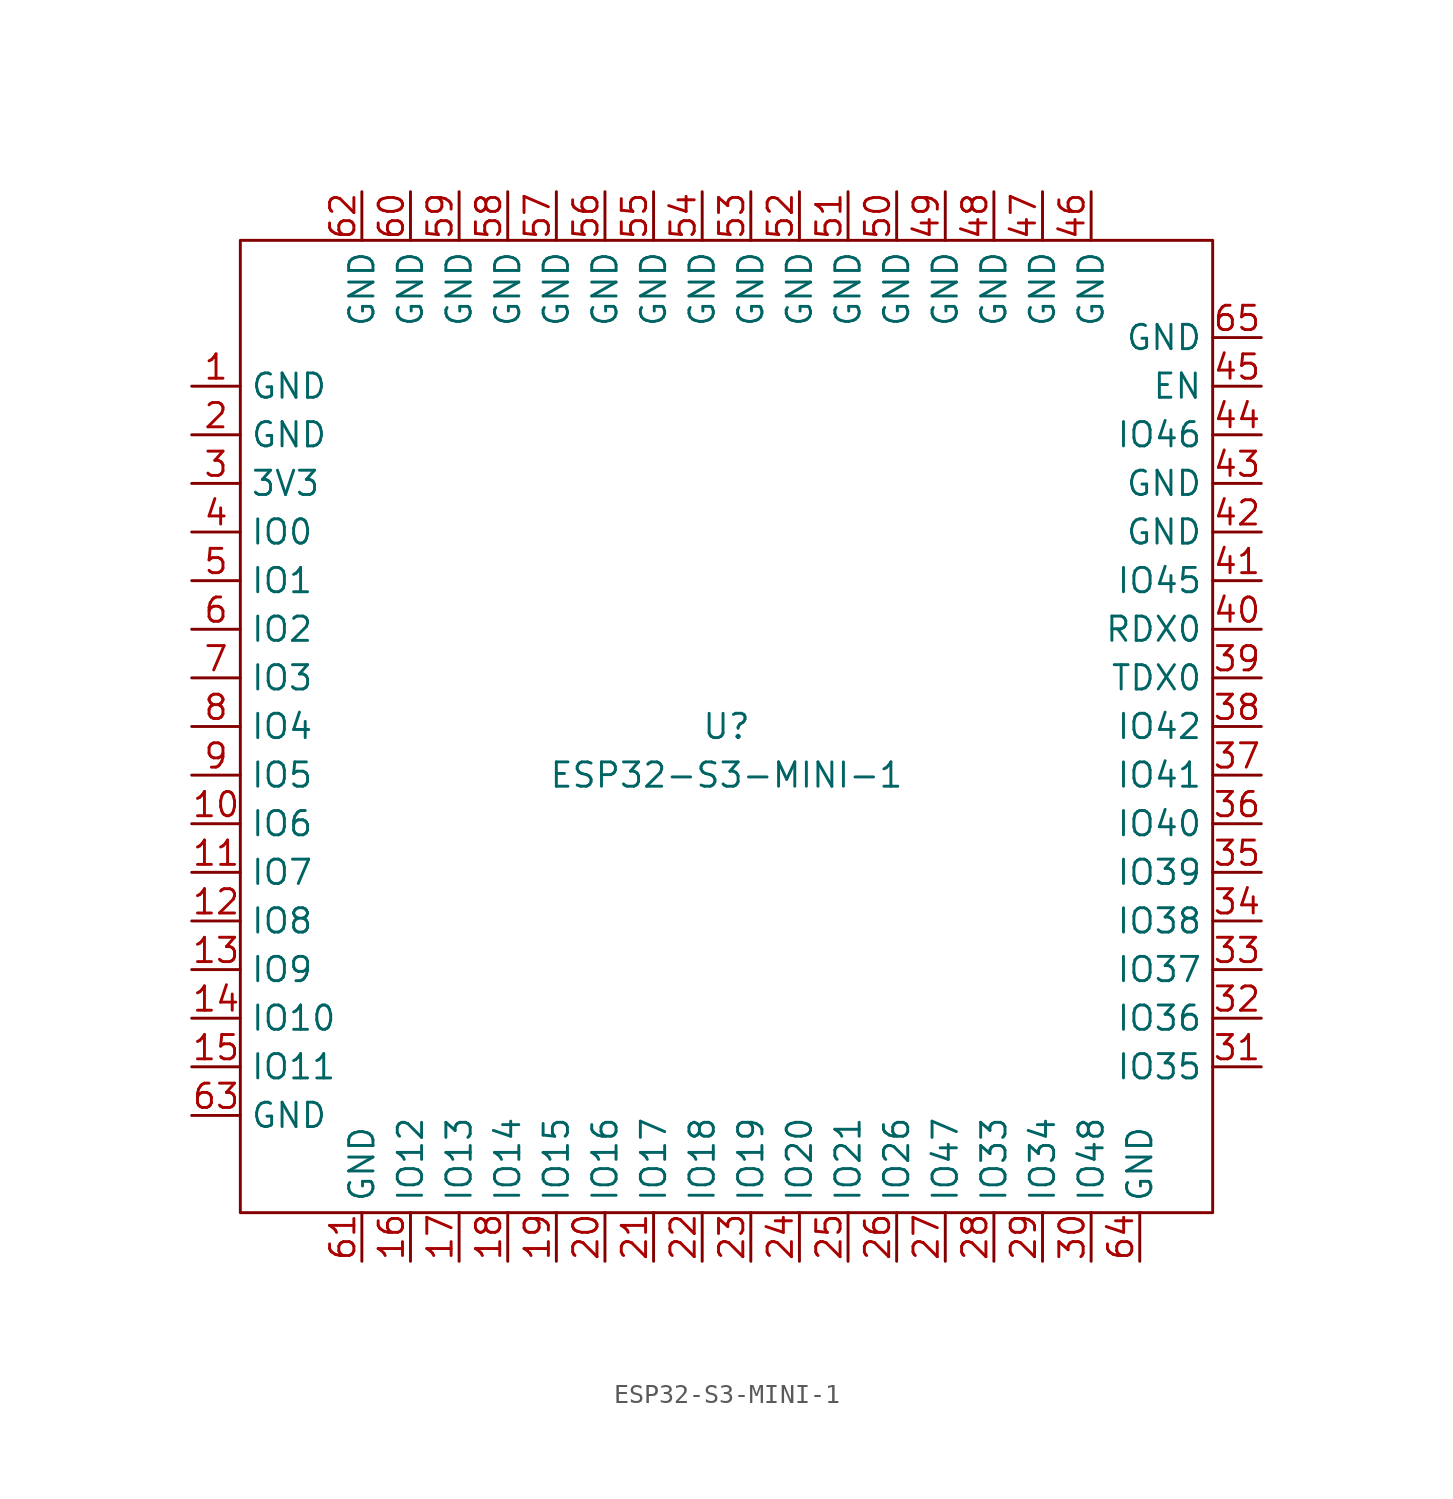
<source format=kicad_sym>
(kicad_symbol_lib
  (version 20231120)
  (generator "kicad_symbol_editor")
  (generator_version "8.0")
  (symbol "ESP32-S3-MINI-1"
    (property "Reference" "U"
      (at 0 0 0)
      (effects (font (size 1.27 1.27))))
    (property "Value" "ESP32-S3-MINI-1"
      (at 0 -2.54 0)
      (effects (font (size 1.27 1.27))))
    (symbol "ESP32-S3-MINI-1_0_1"
      (rectangle (start -25.4 25.4) (end 25.4 -25.4) (stroke (width 0) (type default)) (fill (type none))))
    (symbol "ESP32-S3-MINI-1_1_1"
      (pin power_in line (at -27.94 17.78 0) (length 2.54) (name "GND" (effects (font (size 1.27 1.27)))) (number "1" (effects (font (size 1.27 1.27)))))
      (pin bidirectional line (at -27.94 -5.08 0) (length 2.54) (name "IO6" (effects (font (size 1.27 1.27)))) (number "10" (effects (font (size 1.27 1.27)))))
      (pin bidirectional line (at -27.94 -7.62 0) (length 2.54) (name "IO7" (effects (font (size 1.27 1.27)))) (number "11" (effects (font (size 1.27 1.27)))))
      (pin bidirectional line (at -27.94 -10.16 0) (length 2.54) (name "IO8" (effects (font (size 1.27 1.27)))) (number "12" (effects (font (size 1.27 1.27)))))
      (pin bidirectional line (at -27.94 -12.7 0) (length 2.54) (name "IO9" (effects (font (size 1.27 1.27)))) (number "13" (effects (font (size 1.27 1.27)))))
      (pin bidirectional line (at -27.94 -15.24 0) (length 2.54) (name "IO10" (effects (font (size 1.27 1.27)))) (number "14" (effects (font (size 1.27 1.27)))))
      (pin bidirectional line (at -27.94 -17.78 0) (length 2.54) (name "IO11" (effects (font (size 1.27 1.27)))) (number "15" (effects (font (size 1.27 1.27)))))
      (pin bidirectional line (at -16.51 -27.94 90) (length 2.54) (name "IO12" (effects (font (size 1.27 1.27)))) (number "16" (effects (font (size 1.27 1.27)))))
      (pin bidirectional line (at -13.97 -27.94 90) (length 2.54) (name "IO13" (effects (font (size 1.27 1.27)))) (number "17" (effects (font (size 1.27 1.27)))))
      (pin bidirectional line (at -11.43 -27.94 90) (length 2.54) (name "IO14" (effects (font (size 1.27 1.27)))) (number "18" (effects (font (size 1.27 1.27)))))
      (pin bidirectional line (at -8.89 -27.94 90) (length 2.54) (name "IO15" (effects (font (size 1.27 1.27)))) (number "19" (effects (font (size 1.27 1.27)))))
      (pin power_in line (at -27.94 15.24 0) (length 2.54) (name "GND" (effects (font (size 1.27 1.27)))) (number "2" (effects (font (size 1.27 1.27)))))
      (pin bidirectional line (at -6.35 -27.94 90) (length 2.54) (name "IO16" (effects (font (size 1.27 1.27)))) (number "20" (effects (font (size 1.27 1.27)))))
      (pin bidirectional line (at -3.81 -27.94 90) (length 2.54) (name "IO17" (effects (font (size 1.27 1.27)))) (number "21" (effects (font (size 1.27 1.27)))))
      (pin bidirectional line (at -1.27 -27.94 90) (length 2.54) (name "IO18" (effects (font (size 1.27 1.27)))) (number "22" (effects (font (size 1.27 1.27)))))
      (pin bidirectional line (at 1.27 -27.94 90) (length 2.54) (name "IO19" (effects (font (size 1.27 1.27)))) (number "23" (effects (font (size 1.27 1.27)))))
      (pin bidirectional line (at 3.81 -27.94 90) (length 2.54) (name "IO20" (effects (font (size 1.27 1.27)))) (number "24" (effects (font (size 1.27 1.27)))))
      (pin bidirectional line (at 6.35 -27.94 90) (length 2.54) (name "IO21" (effects (font (size 1.27 1.27)))) (number "25" (effects (font (size 1.27 1.27)))))
      (pin bidirectional line (at 8.89 -27.94 90) (length 2.54) (name "IO26" (effects (font (size 1.27 1.27)))) (number "26" (effects (font (size 1.27 1.27)))))
      (pin bidirectional line (at 11.43 -27.94 90) (length 2.54) (name "IO47" (effects (font (size 1.27 1.27)))) (number "27" (effects (font (size 1.27 1.27)))))
      (pin bidirectional line (at 13.97 -27.94 90) (length 2.54) (name "IO33" (effects (font (size 1.27 1.27)))) (number "28" (effects (font (size 1.27 1.27)))))
      (pin bidirectional line (at 16.51 -27.94 90) (length 2.54) (name "IO34" (effects (font (size 1.27 1.27)))) (number "29" (effects (font (size 1.27 1.27)))))
      (pin power_in line (at -27.94 12.7 0) (length 2.54) (name "3V3" (effects (font (size 1.27 1.27)))) (number "3" (effects (font (size 1.27 1.27)))))
      (pin bidirectional line (at 19.05 -27.94 90) (length 2.54) (name "IO48" (effects (font (size 1.27 1.27)))) (number "30" (effects (font (size 1.27 1.27)))))
      (pin bidirectional line (at 27.94 -17.78 180) (length 2.54) (name "IO35" (effects (font (size 1.27 1.27)))) (number "31" (effects (font (size 1.27 1.27)))))
      (pin bidirectional line (at 27.94 -15.24 180) (length 2.54) (name "IO36" (effects (font (size 1.27 1.27)))) (number "32" (effects (font (size 1.27 1.27)))))
      (pin bidirectional line (at 27.94 -12.7 180) (length 2.54) (name "IO37" (effects (font (size 1.27 1.27)))) (number "33" (effects (font (size 1.27 1.27)))))
      (pin bidirectional line (at 27.94 -10.16 180) (length 2.54) (name "IO38" (effects (font (size 1.27 1.27)))) (number "34" (effects (font (size 1.27 1.27)))))
      (pin bidirectional line (at 27.94 -7.62 180) (length 2.54) (name "IO39" (effects (font (size 1.27 1.27)))) (number "35" (effects (font (size 1.27 1.27)))))
      (pin bidirectional line (at 27.94 -5.08 180) (length 2.54) (name "IO40" (effects (font (size 1.27 1.27)))) (number "36" (effects (font (size 1.27 1.27)))))
      (pin bidirectional line (at 27.94 -2.54 180) (length 2.54) (name "IO41" (effects (font (size 1.27 1.27)))) (number "37" (effects (font (size 1.27 1.27)))))
      (pin bidirectional line (at 27.94 0 180) (length 2.54) (name "IO42" (effects (font (size 1.27 1.27)))) (number "38" (effects (font (size 1.27 1.27)))))
      (pin output line (at 27.94 2.54 180) (length 2.54) (name "TDX0" (effects (font (size 1.27 1.27)))) (number "39" (effects (font (size 1.27 1.27)))))
      (pin input line (at -27.94 10.16 0) (length 2.54) (name "IO0" (effects (font (size 1.27 1.27)))) (number "4" (effects (font (size 1.27 1.27)))))
      (pin input line (at 27.94 5.08 180) (length 2.54) (name "RDX0" (effects (font (size 1.27 1.27)))) (number "40" (effects (font (size 1.27 1.27)))))
      (pin bidirectional line (at 27.94 7.62 180) (length 2.54) (name "IO45" (effects (font (size 1.27 1.27)))) (number "41" (effects (font (size 1.27 1.27)))))
      (pin power_in line (at 27.94 10.16 180) (length 2.54) (name "GND" (effects (font (size 1.27 1.27)))) (number "42" (effects (font (size 1.27 1.27)))))
      (pin power_in line (at 27.94 12.7 180) (length 2.54) (name "GND" (effects (font (size 1.27 1.27)))) (number "43" (effects (font (size 1.27 1.27)))))
      (pin input line (at 27.94 15.24 180) (length 2.54) (name "IO46" (effects (font (size 1.27 1.27)))) (number "44" (effects (font (size 1.27 1.27)))))
      (pin power_out line (at 27.94 17.78 180) (length 2.54) (name "EN" (effects (font (size 1.27 1.27)))) (number "45" (effects (font (size 1.27 1.27)))))
      (pin power_in line (at 19.05 27.94 270) (length 2.54) (name "GND" (effects (font (size 1.27 1.27)))) (number "46" (effects (font (size 1.27 1.27)))))
      (pin power_in line (at 16.51 27.94 270) (length 2.54) (name "GND" (effects (font (size 1.27 1.27)))) (number "47" (effects (font (size 1.27 1.27)))))
      (pin power_in line (at 13.97 27.94 270) (length 2.54) (name "GND" (effects (font (size 1.27 1.27)))) (number "48" (effects (font (size 1.27 1.27)))))
      (pin power_in line (at 11.43 27.94 270) (length 2.54) (name "GND" (effects (font (size 1.27 1.27)))) (number "49" (effects (font (size 1.27 1.27)))))
      (pin bidirectional line (at -27.94 7.62 0) (length 2.54) (name "IO1" (effects (font (size 1.27 1.27)))) (number "5" (effects (font (size 1.27 1.27)))))
      (pin power_in line (at 8.89 27.94 270) (length 2.54) (name "GND" (effects (font (size 1.27 1.27)))) (number "50" (effects (font (size 1.27 1.27)))))
      (pin power_in line (at 6.35 27.94 270) (length 2.54) (name "GND" (effects (font (size 1.27 1.27)))) (number "51" (effects (font (size 1.27 1.27)))))
      (pin power_in line (at 3.81 27.94 270) (length 2.54) (name "GND" (effects (font (size 1.27 1.27)))) (number "52" (effects (font (size 1.27 1.27)))))
      (pin power_in line (at 1.27 27.94 270) (length 2.54) (name "GND" (effects (font (size 1.27 1.27)))) (number "53" (effects (font (size 1.27 1.27)))))
      (pin power_in line (at -1.27 27.94 270) (length 2.54) (name "GND" (effects (font (size 1.27 1.27)))) (number "54" (effects (font (size 1.27 1.27)))))
      (pin power_in line (at -3.81 27.94 270) (length 2.54) (name "GND" (effects (font (size 1.27 1.27)))) (number "55" (effects (font (size 1.27 1.27)))))
      (pin power_in line (at -6.35 27.94 270) (length 2.54) (name "GND" (effects (font (size 1.27 1.27)))) (number "56" (effects (font (size 1.27 1.27)))))
      (pin power_in line (at -8.89 27.94 270) (length 2.54) (name "GND" (effects (font (size 1.27 1.27)))) (number "57" (effects (font (size 1.27 1.27)))))
      (pin power_in line (at -11.43 27.94 270) (length 2.54) (name "GND" (effects (font (size 1.27 1.27)))) (number "58" (effects (font (size 1.27 1.27)))))
      (pin power_in line (at -13.97 27.94 270) (length 2.54) (name "GND" (effects (font (size 1.27 1.27)))) (number "59" (effects (font (size 1.27 1.27)))))
      (pin bidirectional line (at -27.94 5.08 0) (length 2.54) (name "IO2" (effects (font (size 1.27 1.27)))) (number "6" (effects (font (size 1.27 1.27)))))
      (pin power_in line (at -16.51 27.94 270) (length 2.54) (name "GND" (effects (font (size 1.27 1.27)))) (number "60" (effects (font (size 1.27 1.27)))))
      (pin power_in line (at -19.05 -27.94 90) (length 2.54) (name "GND" (effects (font (size 1.27 1.27)))) (number "61" (effects (font (size 1.27 1.27)))))
      (pin power_in line (at -19.05 27.94 270) (length 2.54) (name "GND" (effects (font (size 1.27 1.27)))) (number "62" (effects (font (size 1.27 1.27)))))
      (pin power_in line (at -27.94 -20.32 0) (length 2.54) (name "GND" (effects (font (size 1.27 1.27)))) (number "63" (effects (font (size 1.27 1.27)))))
      (pin power_in line (at 21.59 -27.94 90) (length 2.54) (name "GND" (effects (font (size 1.27 1.27)))) (number "64" (effects (font (size 1.27 1.27)))))
      (pin power_in line (at 27.94 20.32 180) (length 2.54) (name "GND" (effects (font (size 1.27 1.27)))) (number "65" (effects (font (size 1.27 1.27)))))
      (pin bidirectional line (at -27.94 2.54 0) (length 2.54) (name "IO3" (effects (font (size 1.27 1.27)))) (number "7" (effects (font (size 1.27 1.27)))))
      (pin bidirectional line (at -27.94 0 0) (length 2.54) (name "IO4" (effects (font (size 1.27 1.27)))) (number "8" (effects (font (size 1.27 1.27)))))
      (pin bidirectional line (at -27.94 -2.54 0) (length 2.54) (name "IO5" (effects (font (size 1.27 1.27)))) (number "9" (effects (font (size 1.27 1.27))))))))
</source>
